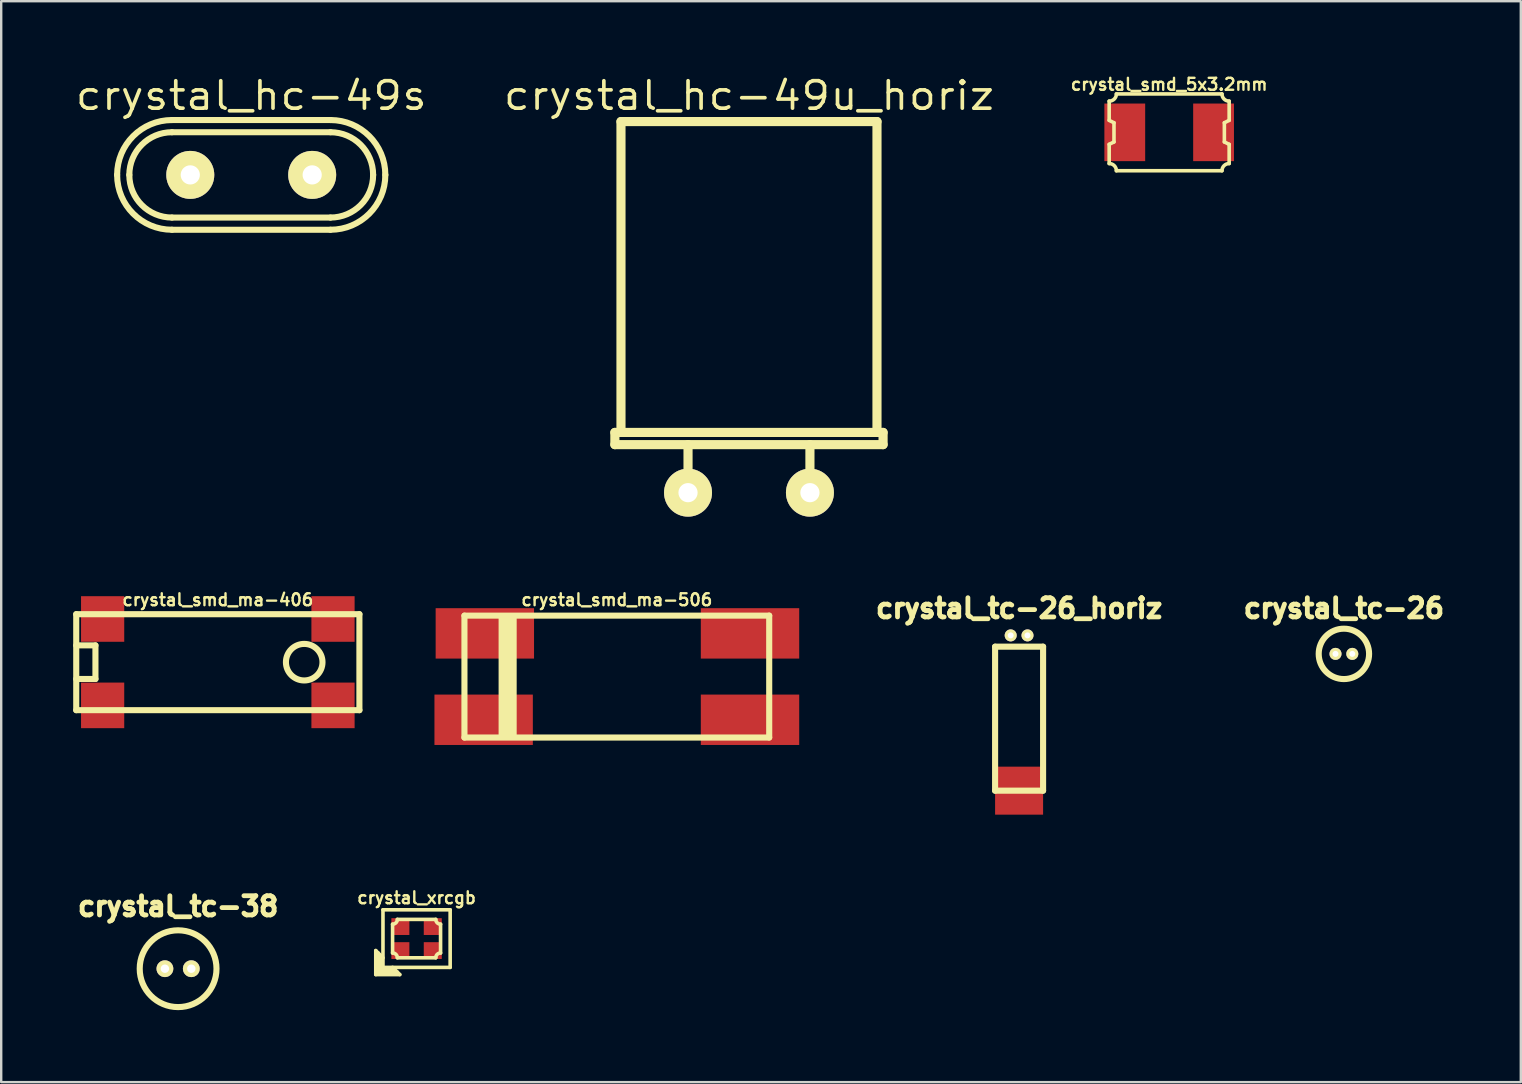
<source format=kicad_pcb>
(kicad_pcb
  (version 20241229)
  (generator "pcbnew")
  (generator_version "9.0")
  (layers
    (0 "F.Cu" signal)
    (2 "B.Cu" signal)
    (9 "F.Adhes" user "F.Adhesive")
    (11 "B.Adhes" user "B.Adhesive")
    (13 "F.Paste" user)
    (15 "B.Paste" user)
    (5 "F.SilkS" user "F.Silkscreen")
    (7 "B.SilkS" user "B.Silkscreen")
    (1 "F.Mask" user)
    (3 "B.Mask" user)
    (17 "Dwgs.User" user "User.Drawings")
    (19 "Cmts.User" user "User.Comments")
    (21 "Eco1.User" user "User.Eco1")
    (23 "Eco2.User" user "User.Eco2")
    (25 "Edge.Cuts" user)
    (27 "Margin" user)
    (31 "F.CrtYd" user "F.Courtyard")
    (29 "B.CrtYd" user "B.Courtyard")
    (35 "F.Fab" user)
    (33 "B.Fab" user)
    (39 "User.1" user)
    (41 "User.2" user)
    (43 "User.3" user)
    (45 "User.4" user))
  (footprint "crystal_smd_ma-506"
    (layer "F.Cu")
    (at 22.654 25.144)
    (property "Reference" "crystal_smd_ma-506" (at 0 -3.2 0) (layer "F.SilkS") (effects (font (size 0.498 0.498) (thickness 0.099))))
    (attr through_hole)
    (fp_line (start -6.35 -2.54) (end -6.35 2.54) (stroke (width 0.254) (type solid)) (layer "F.SilkS"))
    (fp_line (start -6.35 -2.54) (end 6.35 -2.54) (stroke (width 0.254) (type solid)) (layer "F.SilkS"))
    (fp_line (start -6.35 2.54) (end 6.35 2.54) (stroke (width 0.254) (type solid)) (layer "F.SilkS"))
    (fp_line (start -4.8 2.5) (end -4.8 -2.5) (stroke (width 0.254) (type solid)) (layer "F.SilkS"))
    (fp_line (start -4.7 2.5) (end -4.7 -2.5) (stroke (width 0.254) (type solid)) (layer "F.SilkS"))
    (fp_line (start -4.5 -2.5) (end -4.5 2.5) (stroke (width 0.254) (type solid)) (layer "F.SilkS"))
    (fp_line (start -4.3 2.5) (end -4.3 -2.5) (stroke (width 0.254) (type solid)) (layer "F.SilkS"))
    (fp_line (start 6.35 -2.54) (end 6.35 2.54) (stroke (width 0.254) (type solid)) (layer "F.SilkS"))
    (pad "1" smd rect (at -5.55 1.8) (size 4.1 2.1) (layers "F.Cu" "F.Mask" "F.Paste"))
    (pad "2" smd rect (at -5.5 -1.8) (size 4.1 2.1) (layers "F.Cu" "F.Mask" "F.Paste"))
    (pad "3" smd rect (at 5.55 -1.8) (size 4.1 2.1) (layers "F.Cu" "F.Mask" "F.Paste"))
    (pad "3" smd rect (at 5.55 1.8) (size 4.1 2.1) (layers "F.Cu" "F.Mask" "F.Paste")))
  (footprint "crystal_smd_5x3.2mm"
    (layer "F.Cu")
    (at 45.671 2.465)
    (property "Reference" "crystal_smd_5x3.2mm" (at 0 -2 0) (layer "F.SilkS") (effects (font (size 0.498 0.498) (thickness 0.099))))
    (attr through_hole)
    (fp_line (start -2.5 -0.5) (end -2.5 -1.3) (stroke (width 0.15) (type solid)) (layer "F.SilkS"))
    (fp_line (start -2.5 -0.5) (end -2.3 -0.4) (stroke (width 0.15) (type solid)) (layer "F.SilkS"))
    (fp_line (start -2.5 0.5) (end -2.3 0.4) (stroke (width 0.15) (type solid)) (layer "F.SilkS"))
    (fp_line (start -2.5 1.3) (end -2.5 0.5) (stroke (width 0.15) (type solid)) (layer "F.SilkS"))
    (fp_line (start -2.3 0.4) (end -2.3 -0.4) (stroke (width 0.15) (type solid)) (layer "F.SilkS"))
    (fp_line (start -2.2 -1.6) (end 2.2 -1.6) (stroke (width 0.15) (type solid)) (layer "F.SilkS"))
    (fp_line (start -2.2 1.6) (end 2.2 1.6) (stroke (width 0.15) (type solid)) (layer "F.SilkS"))
    (fp_line (start 2.3 -0.4) (end 2.5 -0.5) (stroke (width 0.15) (type solid)) (layer "F.SilkS"))
    (fp_line (start 2.3 0.4) (end 2.3 -0.4) (stroke (width 0.15) (type solid)) (layer "F.SilkS"))
    (fp_line (start 2.3 0.4) (end 2.5 0.5) (stroke (width 0.15) (type solid)) (layer "F.SilkS"))
    (fp_line (start 2.5 -0.5) (end 2.5 -1.3) (stroke (width 0.15) (type solid)) (layer "F.SilkS"))
    (fp_line (start 2.5 1.3) (end 2.5 0.5) (stroke (width 0.15) (type solid)) (layer "F.SilkS"))
    (fp_arc (start -2.5 1.3) (mid -2.287868 1.387868) (end -2.2 1.6) (stroke (width 0.15) (type solid)) (layer "F.SilkS"))
    (fp_arc (start -2.2 -1.6) (mid -2.287868 -1.387868) (end -2.5 -1.3) (stroke (width 0.15) (type solid)) (layer "F.SilkS"))
    (fp_arc (start 2.2 1.6) (mid 2.287868 1.387868) (end 2.5 1.3) (stroke (width 0.15) (type solid)) (layer "F.SilkS"))
    (fp_arc (start 2.5 -1.3) (mid 2.287868 -1.387868) (end 2.2 -1.6) (stroke (width 0.15) (type solid)) (layer "F.SilkS"))
    (pad "1" smd rect (at -1.85 0) (size 1.7 2.4) (layers "F.Cu" "F.Mask" "F.Paste"))
    (pad "2" smd rect (at 1.85 0) (size 1.7 2.4) (layers "F.Cu" "F.Mask" "F.Paste")))
  (footprint "crystal_hc-49u_horiz"
    (layer "F.Cu")
    (at 28.161 9.636)
    (property "Reference" "crystal_hc-49u_horiz" (at 0 -8.7 0) (layer "F.SilkS") (effects (font (size 1.143 1.27) (thickness 0.152))))
    (attr through_hole)
    (fp_line (start -5.588 5.334) (end -5.334 5.334) (stroke (width 0.381) (type solid)) (layer "F.SilkS"))
    (fp_line (start -5.588 5.842) (end -5.588 5.334) (stroke (width 0.381) (type solid)) (layer "F.SilkS"))
    (fp_line (start -5.334 -7.62) (end 5.334 -7.62) (stroke (width 0.381) (type solid)) (layer "F.SilkS"))
    (fp_line (start -5.334 5.334) (end -5.334 -7.62) (stroke (width 0.381) (type solid)) (layer "F.SilkS"))
    (fp_line (start -2.54 7.874) (end -2.54 5.842) (stroke (width 0.381) (type solid)) (layer "F.SilkS"))
    (fp_line (start 2.54 7.874) (end 2.54 5.842) (stroke (width 0.381) (type solid)) (layer "F.SilkS"))
    (fp_line (start 5.334 -7.62) (end 5.334 5.334) (stroke (width 0.381) (type solid)) (layer "F.SilkS"))
    (fp_line (start 5.334 5.334) (end -5.334 5.334) (stroke (width 0.381) (type solid)) (layer "F.SilkS"))
    (fp_line (start 5.334 5.334) (end 5.588 5.334) (stroke (width 0.381) (type solid)) (layer "F.SilkS"))
    (fp_line (start 5.588 5.334) (end 5.588 5.842) (stroke (width 0.381) (type solid)) (layer "F.SilkS"))
    (fp_line (start 5.588 5.842) (end -5.588 5.842) (stroke (width 0.381) (type solid)) (layer "F.SilkS"))
    (pad "1" thru_hole circle (at -2.54 7.844) (size 1.999 1.999) (drill 0.8) (layers "*.Cu" "*.Mask" "F.SilkS"))
    (pad "2" thru_hole circle (at 2.54 7.844) (size 1.999 1.999) (drill 0.8) (layers "*.Cu" "*.Mask" "F.SilkS")))
  (footprint "crystal_tc-38"
    (layer "F.Cu")
    (at 4.372 37.317)
    (property "Reference" "crystal_tc-38" (at 0 -2.6 0) (layer "F.SilkS") (effects (font (size 0.8 0.8) (thickness 0.2))))
    (attr through_hole)
    (fp_circle (center 0 0) (end -1.6 0) (stroke (width 0.254) (type solid)) (fill no) (layer "F.SilkS"))
    (pad "1" thru_hole circle (at -0.55 0) (size 0.7 0.7) (drill 0.35) (layers "*.Cu" "*.Mask" "F.SilkS"))
    (pad "2" thru_hole circle (at 0.55 0) (size 0.7 0.7) (drill 0.35) (layers "*.Cu" "*.Mask" "F.SilkS")))
  (footprint "crystal_tc-26_horiz"
    (layer "F.Cu")
    (at 39.417 26.598)
    (property "Reference" "crystal_tc-26_horiz" (at 0 -4.3 0) (layer "F.SilkS") (effects (font (size 0.8 0.8) (thickness 0.2))))
    (attr through_hole)
    (fp_line (start -1 -2.7) (end -1 3.3) (stroke (width 0.254) (type solid)) (layer "F.SilkS"))
    (fp_line (start -1 -2.7) (end 1 -2.7) (stroke (width 0.254) (type solid)) (layer "F.SilkS"))
    (fp_line (start -1 3.3) (end 1 3.3) (stroke (width 0.254) (type solid)) (layer "F.SilkS"))
    (fp_line (start 1 -2.7) (end 1 3.3) (stroke (width 0.254) (type solid)) (layer "F.SilkS"))
    (pad "" smd rect (at 0 3.3) (size 2 2) (layers "F.Cu" "F.Mask" "F.Paste"))
    (pad "1" thru_hole oval (at -0.35 -3.17) (size 0.5 0.5) (drill 0.25) (layers "*.Cu" "*.Mask" "F.SilkS"))
    (pad "2" thru_hole oval (at 0.35 -3.17) (size 0.5 0.5) (drill 0.25) (layers "*.Cu" "*.Mask" "F.SilkS")))
  (footprint "crystal_tc-26"
    (layer "F.Cu")
    (at 52.952 24.198)
    (property "Reference" "crystal_tc-26" (at 0 -1.9 0) (layer "F.SilkS") (effects (font (size 0.8 0.8) (thickness 0.2))))
    (attr through_hole)
    (fp_circle (center 0 0) (end -1.05 0) (stroke (width 0.254) (type solid)) (fill no) (layer "F.SilkS"))
    (pad "1" thru_hole oval (at -0.35 0) (size 0.5 0.5) (drill 0.25) (layers "*.Cu" "*.Mask" "F.SilkS"))
    (pad "2" thru_hole oval (at 0.35 0) (size 0.5 0.5) (drill 0.25) (layers "*.Cu" "*.Mask" "F.SilkS")))
  (footprint "crystal_xrcgb"
    (layer "F.Cu")
    (at 14.309 36.062)
    (property "Reference" "crystal_xrcgb" (at 0 -1.699 0) (layer "F.SilkS") (effects (font (size 0.498 0.498) (thickness 0.099))))
    (attr through_hole)
    (fp_line (start -1.7 0.5) (end -1.4 0.8) (stroke (width 0.15) (type solid)) (layer "F.SilkS"))
    (fp_line (start -1.7 1.5) (end -1.7 0.5) (stroke (width 0.15) (type solid)) (layer "F.SilkS"))
    (fp_line (start -1.6 0.6) (end -1.6 1.4) (stroke (width 0.15) (type solid)) (layer "F.SilkS"))
    (fp_line (start -1.6 1.4) (end -0.8 1.4) (stroke (width 0.15) (type solid)) (layer "F.SilkS"))
    (fp_line (start -1.5 1.3) (end -1.5 0.7) (stroke (width 0.15) (type solid)) (layer "F.SilkS"))
    (fp_line (start -1.5 1.3) (end -0.9 1.3) (stroke (width 0.15) (type solid)) (layer "F.SilkS"))
    (fp_line (start -1.4 -1.2) (end 1.4 -1.2) (stroke (width 0.15) (type solid)) (layer "F.SilkS"))
    (fp_line (start -1.4 1.2) (end -1.4 -1.2) (stroke (width 0.15) (type solid)) (layer "F.SilkS"))
    (fp_line (start -1 -0.6) (end -1 0.6) (stroke (width 0.15) (type solid)) (layer "F.SilkS"))
    (fp_line (start -0.8 0.8) (end 0.8 0.8) (stroke (width 0.15) (type solid)) (layer "F.SilkS"))
    (fp_line (start -0.7 1.5) (end -1.7 1.5) (stroke (width 0.15) (type solid)) (layer "F.SilkS"))
    (fp_line (start -0.7 1.5) (end -1 1.2) (stroke (width 0.15) (type solid)) (layer "F.SilkS"))
    (fp_line (start 0.8 -0.8) (end -0.8 -0.8) (stroke (width 0.15) (type solid)) (layer "F.SilkS"))
    (fp_line (start 1 0.6) (end 1 -0.6) (stroke (width 0.15) (type solid)) (layer "F.SilkS"))
    (fp_line (start 1.4 -1.2) (end 1.4 1.2) (stroke (width 0.15) (type solid)) (layer "F.SilkS"))
    (fp_line (start 1.4 1.2) (end -1.4 1.2) (stroke (width 0.15) (type solid)) (layer "F.SilkS"))
    (fp_arc (start -1 0.6) (mid -0.858579 0.658579) (end -0.8 0.8) (stroke (width 0.15) (type solid)) (layer "F.SilkS"))
    (fp_arc (start -0.8 -0.8) (mid -0.858579 -0.658579) (end -1 -0.6) (stroke (width 0.15) (type solid)) (layer "F.SilkS"))
    (fp_arc (start 0.8 0.8) (mid 0.858579 0.658579) (end 1 0.6) (stroke (width 0.15) (type solid)) (layer "F.SilkS"))
    (fp_arc (start 1 -0.6) (mid 0.858579 -0.658579) (end 0.8 -0.8) (stroke (width 0.15) (type solid)) (layer "F.SilkS"))
    (pad "1" smd rect (at -0.675 0.5) (size 0.75 0.7) (layers "F.Cu" "F.Mask" "F.Paste"))
    (pad "2" smd rect (at -0.675 -0.5) (size 0.75 0.7) (layers "F.Cu" "F.Mask" "F.Paste"))
    (pad "2" smd rect (at 0.675 0.5) (size 0.75 0.7) (layers "F.Cu" "F.Mask" "F.Paste"))
    (pad "3" smd rect (at 0.675 -0.5) (size 0.75 0.7) (layers "F.Cu" "F.Mask" "F.Paste")))
  (footprint "crystal_smd_ma-406"
    (layer "F.Cu")
    (at 6.027 24.544)
    (property "Reference" "crystal_smd_ma-406" (at 0 -2.6 0) (layer "F.SilkS") (effects (font (size 0.498 0.498) (thickness 0.099))))
    (attr through_hole)
    (fp_line (start -5.9 -2) (end -5.9 2) (stroke (width 0.254) (type solid)) (layer "F.SilkS"))
    (fp_line (start -5.9 -2) (end 5.9 -2) (stroke (width 0.254) (type solid)) (layer "F.SilkS"))
    (fp_line (start -5.9 -0.7) (end -5.1 -0.7) (stroke (width 0.254) (type solid)) (layer "F.SilkS"))
    (fp_line (start -5.9 2) (end 5.9 2) (stroke (width 0.254) (type solid)) (layer "F.SilkS"))
    (fp_line (start -5.1 -0.7) (end -5.1 0.7) (stroke (width 0.254) (type solid)) (layer "F.SilkS"))
    (fp_line (start -5.1 0.7) (end -5.9 0.7) (stroke (width 0.254) (type solid)) (layer "F.SilkS"))
    (fp_line (start 5.9 -2) (end 5.9 2) (stroke (width 0.254) (type solid)) (layer "F.SilkS"))
    (fp_circle (center 3.6 0) (end 2.9 0.3) (stroke (width 0.254) (type solid)) (fill no) (layer "F.SilkS"))
    (pad "1" smd rect (at -4.8 1.8) (size 1.8 1.9) (layers "F.Cu" "F.Mask" "F.Paste"))
    (pad "2" smd rect (at -4.8 -1.8) (size 1.8 1.9) (layers "F.Cu" "F.Mask" "F.Paste"))
    (pad "3" smd rect (at 4.8 -1.8) (size 1.8 1.9) (layers "F.Cu" "F.Mask" "F.Paste"))
    (pad "3" smd rect (at 4.8 1.8) (size 1.8 1.9) (layers "F.Cu" "F.Mask" "F.Paste")))
  (footprint "crystal_hc-49s"
    (layer "F.Cu")
    (at 7.419 4.238)
    (property "Reference" "crystal_hc-49s" (at 0 -3.302 0) (layer "F.SilkS") (effects (font (size 1.143 1.27) (thickness 0.152))))
    (attr through_hole)
    (fp_line (start -3.302 -2.286) (end 3.302 -2.286) (stroke (width 0.254) (type solid)) (layer "F.SilkS"))
    (fp_line (start -3.302 1.778) (end 3.302 1.778) (stroke (width 0.254) (type solid)) (layer "F.SilkS"))
    (fp_line (start 3.302 -1.778) (end -3.302 -1.778) (stroke (width 0.254) (type solid)) (layer "F.SilkS"))
    (fp_line (start 3.302 2.286) (end -3.302 2.286) (stroke (width 0.254) (type solid)) (layer "F.SilkS"))
    (fp_arc (start -5.588 0) (mid -4.918446 -1.616446) (end -3.302 -2.286) (stroke (width 0.254) (type solid)) (layer "F.SilkS"))
    (fp_arc (start -5.08 0) (mid -4.559236 -1.257236) (end -3.302 -1.778) (stroke (width 0.254) (type solid)) (layer "F.SilkS"))
    (fp_arc (start -3.302 1.778) (mid -4.559236 1.257236) (end -5.08 0) (stroke (width 0.254) (type solid)) (layer "F.SilkS"))
    (fp_arc (start -3.302 2.286) (mid -4.918446 1.616446) (end -5.588 0) (stroke (width 0.254) (type solid)) (layer "F.SilkS"))
    (fp_arc (start 3.302 -2.286) (mid 4.918446 -1.616446) (end 5.588 0) (stroke (width 0.254) (type solid)) (layer "F.SilkS"))
    (fp_arc (start 3.302 -1.778) (mid 4.559236 -1.257236) (end 5.08 0) (stroke (width 0.254) (type solid)) (layer "F.SilkS"))
    (fp_arc (start 5.08 0) (mid 4.559236 1.257236) (end 3.302 1.778) (stroke (width 0.254) (type solid)) (layer "F.SilkS"))
    (fp_arc (start 5.588 0) (mid 4.918446 1.616446) (end 3.302 2.286) (stroke (width 0.254) (type solid)) (layer "F.SilkS"))
    (pad "1" thru_hole circle (at -2.54 0) (size 1.999 1.999) (drill 0.8) (layers "*.Cu" "*.Mask" "F.SilkS"))
    (pad "2" thru_hole circle (at 2.54 0) (size 1.999 1.999) (drill 0.8) (layers "*.Cu" "*.Mask" "F.SilkS")))
  (gr_rect
    (start -3 -3)
    (end 60.324 42.044)
    (stroke (width 0.1) (type default))
    (fill no)
    (layer "Edge.Cuts")))
</source>
